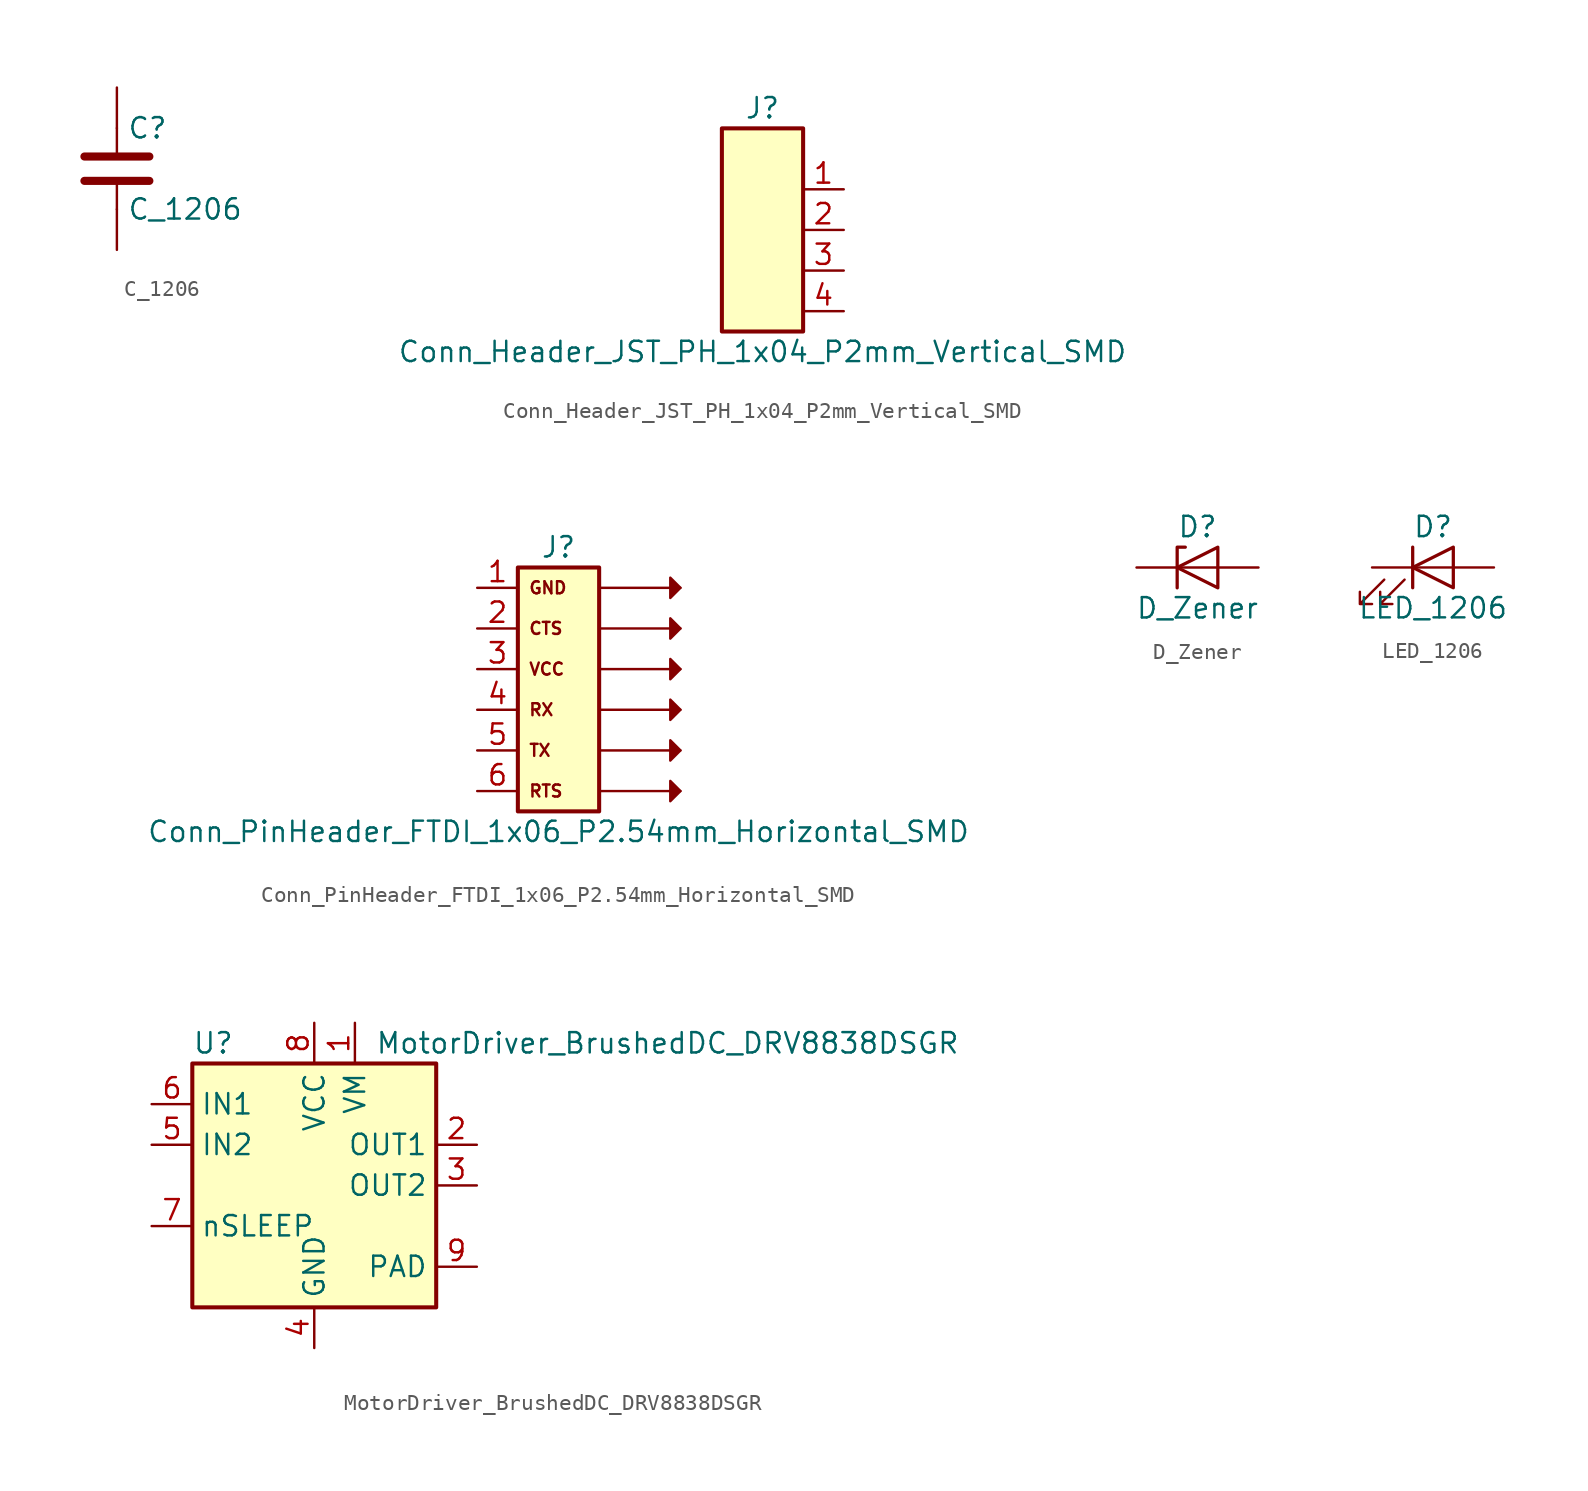
<source format=kicad_sym>
(kicad_symbol_lib
  (version 20211014)
  (generator kicad_symbol_editor)
  (symbol "C_1206"
    (pin_numbers hide)
    (property "Reference" "C"
      (at 0.635 2.54 0)
      (effects (font (size 1.27 1.27)) (justify left)))
    (property "Value" "C_1206"
      (at 0.635 -2.54 0)
      (effects (font (size 1.27 1.27)) (justify left)))
    (symbol "C_1206_0_1"
      (polyline (pts (xy -2.032 -0.762) (xy 2.032 -0.762)) (stroke (width 0.508) (type default) (color 0 0 0 0)) (fill (type none)))
      (polyline (pts (xy -2.032 0.762) (xy 2.032 0.762)) (stroke (width 0.508) (type default) (color 0 0 0 0)) (fill (type none)))
      (polyline (pts (xy 0 -0.635) (xy 0 -2.54)) (stroke (width 0) (type default) (color 0 0 0 0)) (fill (type none)))
      (polyline (pts (xy 0 0.635) (xy 0 2.54)) (stroke (width 0) (type default) (color 0 0 0 0)) (fill (type none))))
    (symbol "C_1206_1_1"
      (pin passive line (at 0 5.08 270) (length 2.54) (name "~" (effects (font (size 1.27 1.27)))) (number "1" (effects (font (size 1.27 1.27)))))
      (pin passive line (at 0 -5.08 90) (length 2.54) (name "~" (effects (font (size 1.27 1.27)))) (number "2" (effects (font (size 1.27 1.27)))))))
  (symbol "Conn_Header_JST_PH_1x04_P2mm_Vertical_SMD"
    (property "Reference" "J"
      (at 0 7.62 0)
      (effects (font (size 1.27 1.27))))
    (property "Value" "Conn_Header_JST_PH_1x04_P2mm_Vertical_SMD"
      (at 0 -7.62 0)
      (effects (font (size 1.27 1.27))))
    (symbol "Conn_Header_JST_PH_1x04_P2mm_Vertical_SMD_0_1"
      (rectangle (start -2.54 6.35) (end 2.54 -6.35) (stroke (width 0.254) (type default) (color 0 0 0 0)) (fill (type background))))
    (symbol "Conn_Header_JST_PH_1x04_P2mm_Vertical_SMD_1_1"
      (pin passive line (at 5.08 2.54 180) (length 2.54) (name "~" (effects (font (size 1.27 1.27)))) (number "1" (effects (font (size 1.27 1.27)))))
      (pin passive line (at 5.08 0 180) (length 2.54) (name "~" (effects (font (size 1.27 1.27)))) (number "2" (effects (font (size 1.27 1.27)))))
      (pin passive line (at 5.08 -2.54 180) (length 2.54) (name "~" (effects (font (size 1.27 1.27)))) (number "3" (effects (font (size 1.27 1.27)))))
      (pin passive line (at 5.08 -5.08 180) (length 2.54) (name "~" (effects (font (size 1.27 1.27)))) (number "4" (effects (font (size 1.27 1.27)))))))
  (symbol "Conn_PinHeader_FTDI_1x06_P2.54mm_Horizontal_SMD"
    (property "Reference" "J"
      (at 0 7.62 0)
      (effects (font (size 1.27 1.27))))
    (property "Value" "Conn_PinHeader_FTDI_1x06_P2.54mm_Horizontal_SMD"
      (at 0 -10.16 0)
      (effects (font (size 1.27 1.27))))
    (symbol "Conn_PinHeader_FTDI_1x06_P2.54mm_Horizontal_SMD_0_0"
      (rectangle (start -2.54 6.35) (end 2.54 -8.89) (stroke (width 0.254) (type default) (color 0 0 0 0)) (fill (type background)))
      (polyline (pts (xy 2.54 -7.62) (xy 7.62 -7.62)) (stroke (width 0) (type default) (color 0 0 0 0)) (fill (type none)))
      (polyline (pts (xy 2.54 -5.08) (xy 7.62 -5.08)) (stroke (width 0) (type default) (color 0 0 0 0)) (fill (type none)))
      (polyline (pts (xy 2.54 -2.54) (xy 7.62 -2.54)) (stroke (width 0) (type default) (color 0 0 0 0)) (fill (type none)))
      (polyline (pts (xy 2.54 0) (xy 7.62 0)) (stroke (width 0) (type default) (color 0 0 0 0)) (fill (type none)))
      (polyline (pts (xy 2.54 2.54) (xy 7.62 2.54)) (stroke (width 0) (type default) (color 0 0 0 0)) (fill (type none)))
      (polyline (pts (xy 2.54 5.08) (xy 7.62 5.08)) (stroke (width 0) (type default) (color 0 0 0 0)) (fill (type none)))
      (polyline (pts (xy 6.985 -6.985) (xy 7.62 -7.62) (xy 6.985 -8.255) (xy 6.985 -6.985)) (stroke (width 0) (type default) (color 0 0 0 0)) (fill (type outline)))
      (polyline (pts (xy 6.985 -4.445) (xy 7.62 -5.08) (xy 6.985 -5.715) (xy 6.985 -4.445)) (stroke (width 0) (type default) (color 0 0 0 0)) (fill (type outline)))
      (polyline (pts (xy 6.985 -1.905) (xy 7.62 -2.54) (xy 6.985 -3.175) (xy 6.985 -1.905)) (stroke (width 0) (type default) (color 0 0 0 0)) (fill (type outline)))
      (polyline (pts (xy 6.985 0.635) (xy 7.62 0) (xy 6.985 -0.635) (xy 6.985 0.635)) (stroke (width 0) (type default) (color 0 0 0 0)) (fill (type outline)))
      (polyline (pts (xy 6.985 3.175) (xy 7.62 2.54) (xy 6.985 1.905) (xy 6.985 3.175)) (stroke (width 0) (type default) (color 0 0 0 0)) (fill (type outline)))
      (polyline (pts (xy 6.985 5.715) (xy 7.62 5.08) (xy 6.985 4.445) (xy 6.985 5.715)) (stroke (width 0) (type default) (color 0 0 0 0)) (fill (type outline)))
      (text "CTS" (at -1.905 2.54 0) (effects (font (size 0.75 0.75)) (justify left)))
      (text "GND" (at -1.905 5.08 0) (effects (font (size 0.75 0.75)) (justify left)))
      (text "RTS" (at -1.905 -7.62 0) (effects (font (size 0.75 0.75)) (justify left)))
      (text "RX" (at -1.905 -2.54 0) (effects (font (size 0.75 0.75)) (justify left)))
      (text "TX" (at -1.905 -5.08 0) (effects (font (size 0.75 0.75)) (justify left)))
      (text "VCC" (at -1.905 0 0) (effects (font (size 0.75 0.75)) (justify left))))
    (symbol "Conn_PinHeader_FTDI_1x06_P2.54mm_Horizontal_SMD_1_1"
      (pin passive line (at -5.08 5.08 0) (length 2.54) (name "" (effects (font (size 1.27 1.27)))) (number "1" (effects (font (size 1.27 1.27)))))
      (pin passive line (at -5.08 2.54 0) (length 2.54) (name "" (effects (font (size 1.27 1.27)))) (number "2" (effects (font (size 1.27 1.27)))))
      (pin passive line (at -5.08 0 0) (length 2.54) (name "" (effects (font (size 1.27 1.27)))) (number "3" (effects (font (size 1.27 1.27)))))
      (pin passive line (at -5.08 -2.54 0) (length 2.54) (name "" (effects (font (size 1.27 1.27)))) (number "4" (effects (font (size 1.27 1.27)))))
      (pin passive line (at -5.08 -5.08 0) (length 2.54) (name "" (effects (font (size 1.27 1.27)))) (number "5" (effects (font (size 1.27 1.27)))))
      (pin passive line (at -5.08 -7.62 0) (length 2.54) (name "" (effects (font (size 1.27 1.27)))) (number "6" (effects (font (size 1.27 1.27)))))))
  (symbol "D_Zener"
    (pin_numbers hide)
    (pin_names hide)
    (property "Reference" "D"
      (at 0 2.54 0)
      (effects (font (size 1.27 1.27))))
    (property "Value" "D_Zener"
      (at 0 -2.54 0)
      (effects (font (size 1.27 1.27))))
    (symbol "D_Zener_0_1"
      (polyline (pts (xy 1.27 0) (xy -1.27 0)) (stroke (width 0) (type default) (color 0 0 0 0)) (fill (type none)))
      (polyline (pts (xy -1.27 -1.27) (xy -1.27 1.27) (xy -0.762 1.27)) (stroke (width 0.203) (type default) (color 0 0 0 0)) (fill (type none)))
      (polyline (pts (xy 1.27 -1.27) (xy 1.27 1.27) (xy -1.27 0) (xy 1.27 -1.27)) (stroke (width 0.203) (type default) (color 0 0 0 0)) (fill (type none))))
    (symbol "D_Zener_1_1"
      (pin passive line (at -3.81 0 0) (length 2.54) (name "K" (effects (font (size 1.27 1.27)))) (number "1" (effects (font (size 1.27 1.27)))))
      (pin passive line (at 3.81 0 180) (length 2.54) (name "A" (effects (font (size 1.27 1.27)))) (number "2" (effects (font (size 1.27 1.27)))))))
  (symbol "LED_1206"
    (pin_numbers hide)
    (pin_names
      (offset 1.016) hide)
    (property "Reference" "D"
      (at 0 2.54 0)
      (effects (font (size 1.27 1.27))))
    (property "Value" "LED_1206"
      (at 0 -2.54 0)
      (effects (font (size 1.27 1.27))))
    (symbol "LED_1206_0_1"
      (polyline (pts (xy -1.27 -1.27) (xy -1.27 1.27)) (stroke (width 0.203) (type default) (color 0 0 0 0)) (fill (type none)))
      (polyline (pts (xy -1.27 0) (xy 1.27 0)) (stroke (width 0) (type default) (color 0 0 0 0)) (fill (type none)))
      (polyline (pts (xy 1.27 -1.27) (xy 1.27 1.27) (xy -1.27 0) (xy 1.27 -1.27)) (stroke (width 0.203) (type default) (color 0 0 0 0)) (fill (type none)))
      (polyline (pts (xy -3.048 -0.762) (xy -4.572 -2.286) (xy -3.81 -2.286) (xy -4.572 -2.286) (xy -4.572 -1.524)) (stroke (width 0) (type default) (color 0 0 0 0)) (fill (type none)))
      (polyline (pts (xy -1.778 -0.762) (xy -3.302 -2.286) (xy -2.54 -2.286) (xy -3.302 -2.286) (xy -3.302 -1.524)) (stroke (width 0) (type default) (color 0 0 0 0)) (fill (type none))))
    (symbol "LED_1206_1_1"
      (pin passive line (at -3.81 0 0) (length 2.54) (name "K" (effects (font (size 1.27 1.27)))) (number "1" (effects (font (size 1.27 1.27)))))
      (pin passive line (at 3.81 0 180) (length 2.54) (name "A" (effects (font (size 1.27 1.27)))) (number "2" (effects (font (size 1.27 1.27)))))))
  (symbol "MotorDriver_BrushedDC_DRV8838DSGR"
    (property "Reference" "U"
      (at -7.62 8.89 0)
      (effects (font (size 1.27 1.27)) (justify left)))
    (property "Value" "MotorDriver_BrushedDC_DRV8838DSGR"
      (at 3.81 8.89 0)
      (effects (font (size 1.27 1.27)) (justify left)))
    (symbol "MotorDriver_BrushedDC_DRV8838DSGR_0_1"
      (rectangle (start -7.62 7.62) (end 7.62 -7.62) (stroke (width 0.254) (type default) (color 0 0 0 0)) (fill (type background))))
    (symbol "MotorDriver_BrushedDC_DRV8838DSGR_1_1"
      (pin power_in line (at 2.54 10.16 270) (length 2.54) (name "VM" (effects (font (size 1.27 1.27)))) (number "1" (effects (font (size 1.27 1.27)))))
      (pin output line (at 10.16 2.54 180) (length 2.54) (name "OUT1" (effects (font (size 1.27 1.27)))) (number "2" (effects (font (size 1.27 1.27)))))
      (pin output line (at 10.16 0 180) (length 2.54) (name "OUT2" (effects (font (size 1.27 1.27)))) (number "3" (effects (font (size 1.27 1.27)))))
      (pin power_in line (at 0 -10.16 90) (length 2.54) (name "GND" (effects (font (size 1.27 1.27)))) (number "4" (effects (font (size 1.27 1.27)))))
      (pin input line (at -10.16 2.54 0) (length 2.54) (name "IN2" (effects (font (size 1.27 1.27)))) (number "5" (effects (font (size 1.27 1.27)))))
      (pin input line (at -10.16 5.08 0) (length 2.54) (name "IN1" (effects (font (size 1.27 1.27)))) (number "6" (effects (font (size 1.27 1.27)))))
      (pin input line (at -10.16 -2.54 0) (length 2.54) (name "nSLEEP" (effects (font (size 1.27 1.27)))) (number "7" (effects (font (size 1.27 1.27)))))
      (pin power_in line (at 0 10.16 270) (length 2.54) (name "VCC" (effects (font (size 1.27 1.27)))) (number "8" (effects (font (size 1.27 1.27)))))
      (pin passive line (at 10.16 -5.08 180) (length 2.54) (name "PAD" (effects (font (size 1.27 1.27)))) (number "9" (effects (font (size 1.27 1.27))))))))
</source>
